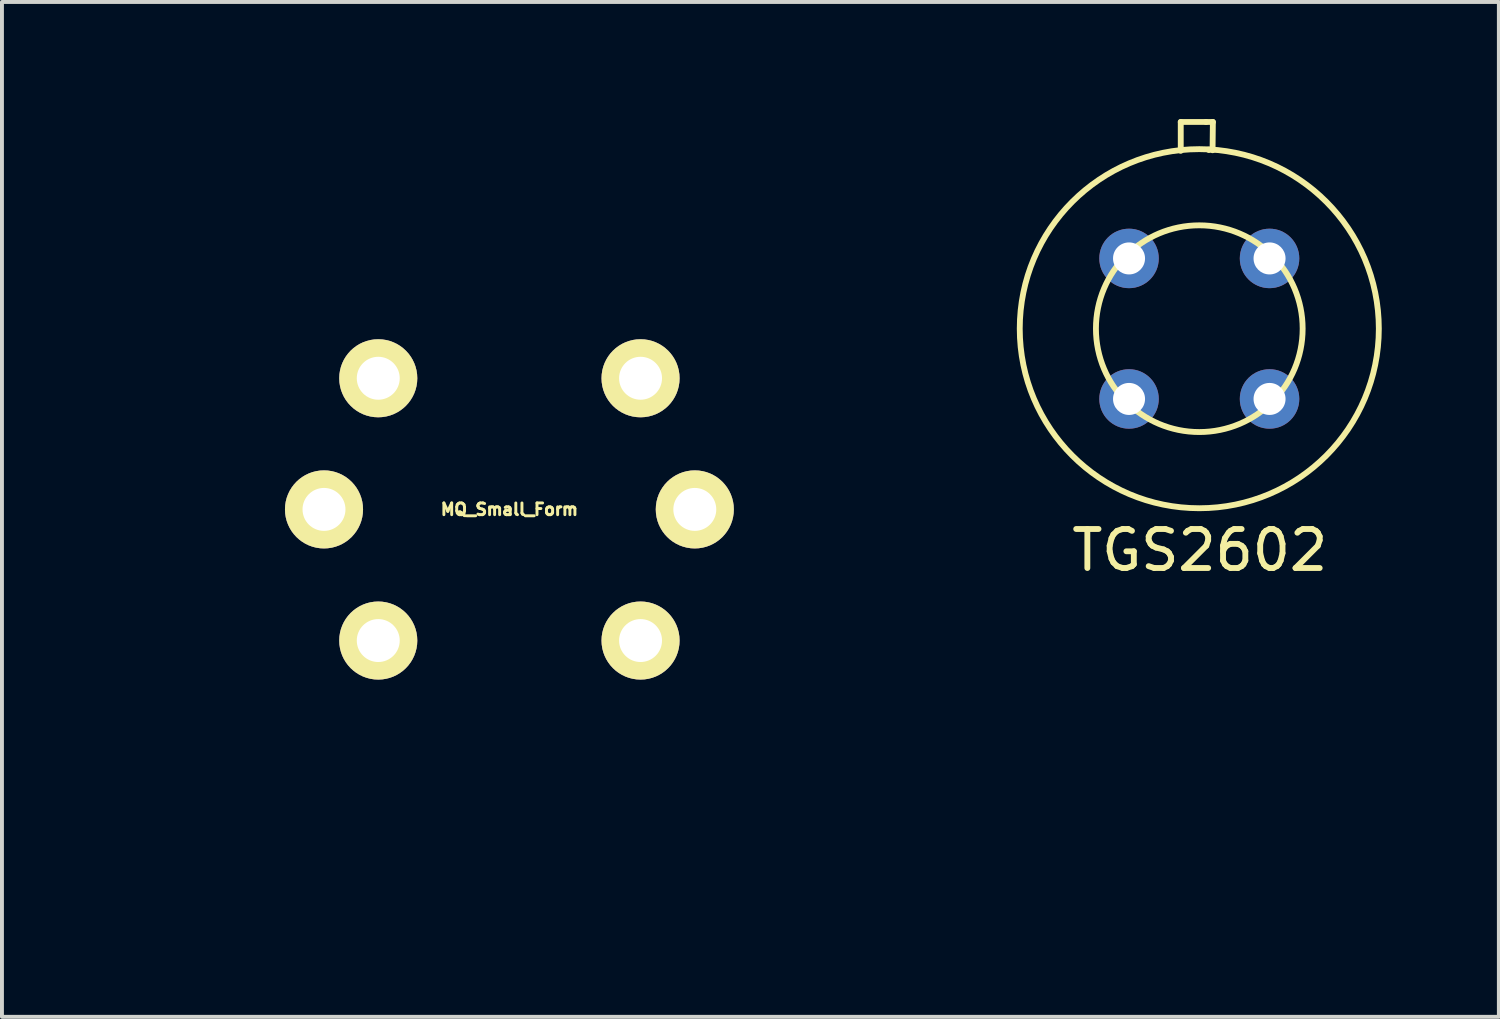
<source format=kicad_pcb>
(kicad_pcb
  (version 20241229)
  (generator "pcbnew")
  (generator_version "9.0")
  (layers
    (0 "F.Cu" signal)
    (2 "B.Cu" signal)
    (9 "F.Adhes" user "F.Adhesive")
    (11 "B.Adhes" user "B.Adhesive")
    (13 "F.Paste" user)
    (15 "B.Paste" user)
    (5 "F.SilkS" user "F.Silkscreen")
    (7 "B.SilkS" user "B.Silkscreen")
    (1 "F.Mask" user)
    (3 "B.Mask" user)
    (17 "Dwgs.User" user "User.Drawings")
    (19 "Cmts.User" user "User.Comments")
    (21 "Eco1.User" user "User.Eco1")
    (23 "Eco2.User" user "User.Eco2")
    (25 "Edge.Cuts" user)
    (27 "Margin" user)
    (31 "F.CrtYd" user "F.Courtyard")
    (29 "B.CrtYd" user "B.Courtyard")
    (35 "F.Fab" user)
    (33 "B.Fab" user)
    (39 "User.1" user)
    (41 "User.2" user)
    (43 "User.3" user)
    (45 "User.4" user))
  (footprint "MQ_Small_Form"
    (layer "F.Cu")
    (at 10.001 10.001)
    (property "Reference" "MQ_Small_Form" (at 0 0 0) (layer "F.SilkS") (effects (font (size 0.3 0.3) (thickness 0.075))))
    (attr through_hole)
    (fp_circle (center 0 0) (end -10 0) (stroke (width 0.001) (type solid)) (fill no) (layer "F.SilkS"))
    (fp_circle (center 0 0) (end 4.75 0) (stroke (width 0.001) (type solid)) (fill no) (layer "F.SilkS"))
    (pad "A" thru_hole circle (at -3.36 -3.36) (size 2 2) (drill 1.1) (layers "*.Cu" "*.Mask" "F.SilkS"))
    (pad "A" thru_hole circle (at -3.36 3.36) (size 2 2) (drill 1.1) (layers "*.Cu" "*.Mask" "F.SilkS"))
    (pad "B" thru_hole circle (at 3.36 -3.36) (size 2 2) (drill 1.1) (layers "*.Cu" "*.Mask" "F.SilkS"))
    (pad "B" thru_hole circle (at 3.36 3.36) (size 2 2) (drill 1.1) (layers "*.Cu" "*.Mask" "F.SilkS"))
    (pad "H1" thru_hole circle (at -4.75 0) (size 2 2) (drill 1.1) (layers "*.Cu" "*.Mask" "F.SilkS"))
    (pad "H2" thru_hole circle (at 4.75 0) (size 2 2) (drill 1.1) (layers "*.Cu" "*.Mask" "F.SilkS")))
  (footprint "TGS2602"
    (layer "F.Cu")
    (at 27.676 5.371)
    (property "Reference" "TGS2602" (at 0.013 5.677 0) (layer "F.SilkS") (effects (font (size 1 1) (thickness 0.15))))
    (attr through_hole)
    (fp_line (start -0.475 -5.296) (end 0.173 -5.296) (stroke (width 0.15) (type solid)) (layer "F.SilkS"))
    (fp_line (start -0.475 -4.557) (end -0.475 -5.296) (stroke (width 0.15) (type solid)) (layer "F.SilkS"))
    (fp_line (start 0.173 -5.296) (end 0.348 -5.296) (stroke (width 0.15) (type solid)) (layer "F.SilkS"))
    (fp_line (start 0.246 -4.587) (end 0.246 -4.577) (stroke (width 0.15) (type solid)) (layer "F.SilkS"))
    (fp_line (start 0.348 -5.296) (end 0.34 -4.572) (stroke (width 0.15) (type solid)) (layer "F.SilkS"))
    (fp_line (start 1.836 1.753) (end 1.735 1.773) (stroke (width 0.15) (type solid)) (layer "F.SilkS"))
    (fp_circle (center 0 0) (end 0 -4.6) (stroke (width 0.15) (type solid)) (fill no) (layer "F.SilkS"))
    (fp_circle (center 0 0) (end 0.071 -2.647) (stroke (width 0.15) (type solid)) (fill no) (layer "F.SilkS"))
    (pad "1" thru_hole circle (at 1.8 -1.8) (size 1.524 1.524) (drill 0.82) (layers "*.Cu" "*.Mask"))
    (pad "2" thru_hole circle (at 1.8 1.8) (size 1.524 1.524) (drill 0.82) (layers "*.Cu" "*.Mask"))
    (pad "3" thru_hole circle (at -1.8 1.8) (size 1.524 1.524) (drill 0.82) (layers "*.Cu" "*.Mask"))
    (pad "4" thru_hole circle (at -1.8 -1.8) (size 1.524 1.524) (drill 0.82) (layers "*.Cu" "*.Mask")))
  (gr_rect
    (start -3 -3)
    (end 35.351 23.001)
    (stroke (width 0.1) (type default))
    (fill no)
    (layer "Edge.Cuts")))
</source>
